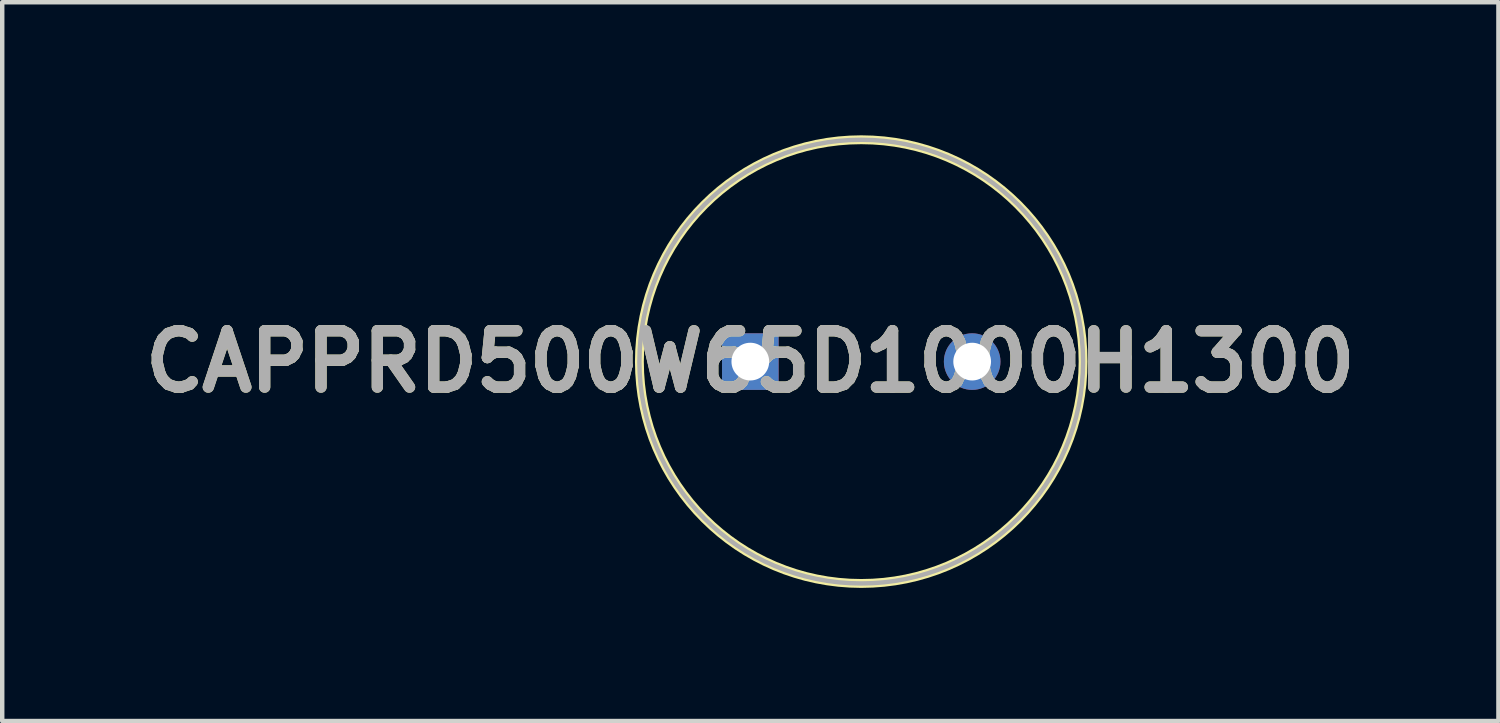
<source format=kicad_pcb>
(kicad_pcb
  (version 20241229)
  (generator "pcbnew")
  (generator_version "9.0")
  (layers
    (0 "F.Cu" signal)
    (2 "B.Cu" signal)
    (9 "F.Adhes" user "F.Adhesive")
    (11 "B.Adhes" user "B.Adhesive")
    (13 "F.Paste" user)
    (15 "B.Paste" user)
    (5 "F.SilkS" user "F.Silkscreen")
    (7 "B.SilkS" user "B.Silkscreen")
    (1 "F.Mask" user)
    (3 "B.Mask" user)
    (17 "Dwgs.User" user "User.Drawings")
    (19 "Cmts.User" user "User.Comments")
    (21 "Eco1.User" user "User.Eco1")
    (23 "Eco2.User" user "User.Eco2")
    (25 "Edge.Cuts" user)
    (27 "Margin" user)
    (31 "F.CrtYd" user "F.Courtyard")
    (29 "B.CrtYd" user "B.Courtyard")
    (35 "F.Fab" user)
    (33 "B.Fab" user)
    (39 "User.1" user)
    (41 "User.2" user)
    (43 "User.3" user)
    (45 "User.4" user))
  (footprint "CAPPRD500W65D1000H1300"
    (layer "F.Cu")
    (at 13.861 5.1)
    (property "Reference" "CAPPRD500W65D1000H1300" (at 0 0 0) (layer "F.SilkS") (effects (font (size 1.27 1.27) (thickness 0.254))))
    (attr through_hole)
    (fp_circle (center 2.5 0) (end 2.5 5) (stroke (width 0.2) (type solid)) (fill no) (layer "F.SilkS"))
    (fp_circle (center 2.5 0) (end 2.5 5) (stroke (width 0.1) (type solid)) (fill no) (layer "F.Fab"))
    (fp_text user "${REFERENCE}" (at 0 0 0) (layer "F.Fab") (effects (font (size 1.27 1.27) (thickness 0.254))))
    (pad "1" thru_hole rect (at 0 0) (size 1.275 1.275) (drill 0.85) (layers "*.Cu" "*.Mask"))
    (pad "2" thru_hole circle (at 5 0) (size 1.275 1.275) (drill 0.85) (layers "*.Cu" "*.Mask")))
  (gr_rect
    (start -3 -3)
    (end 30.722 13.2)
    (stroke (width 0.1) (type default))
    (fill no)
    (layer "Edge.Cuts")))
</source>
